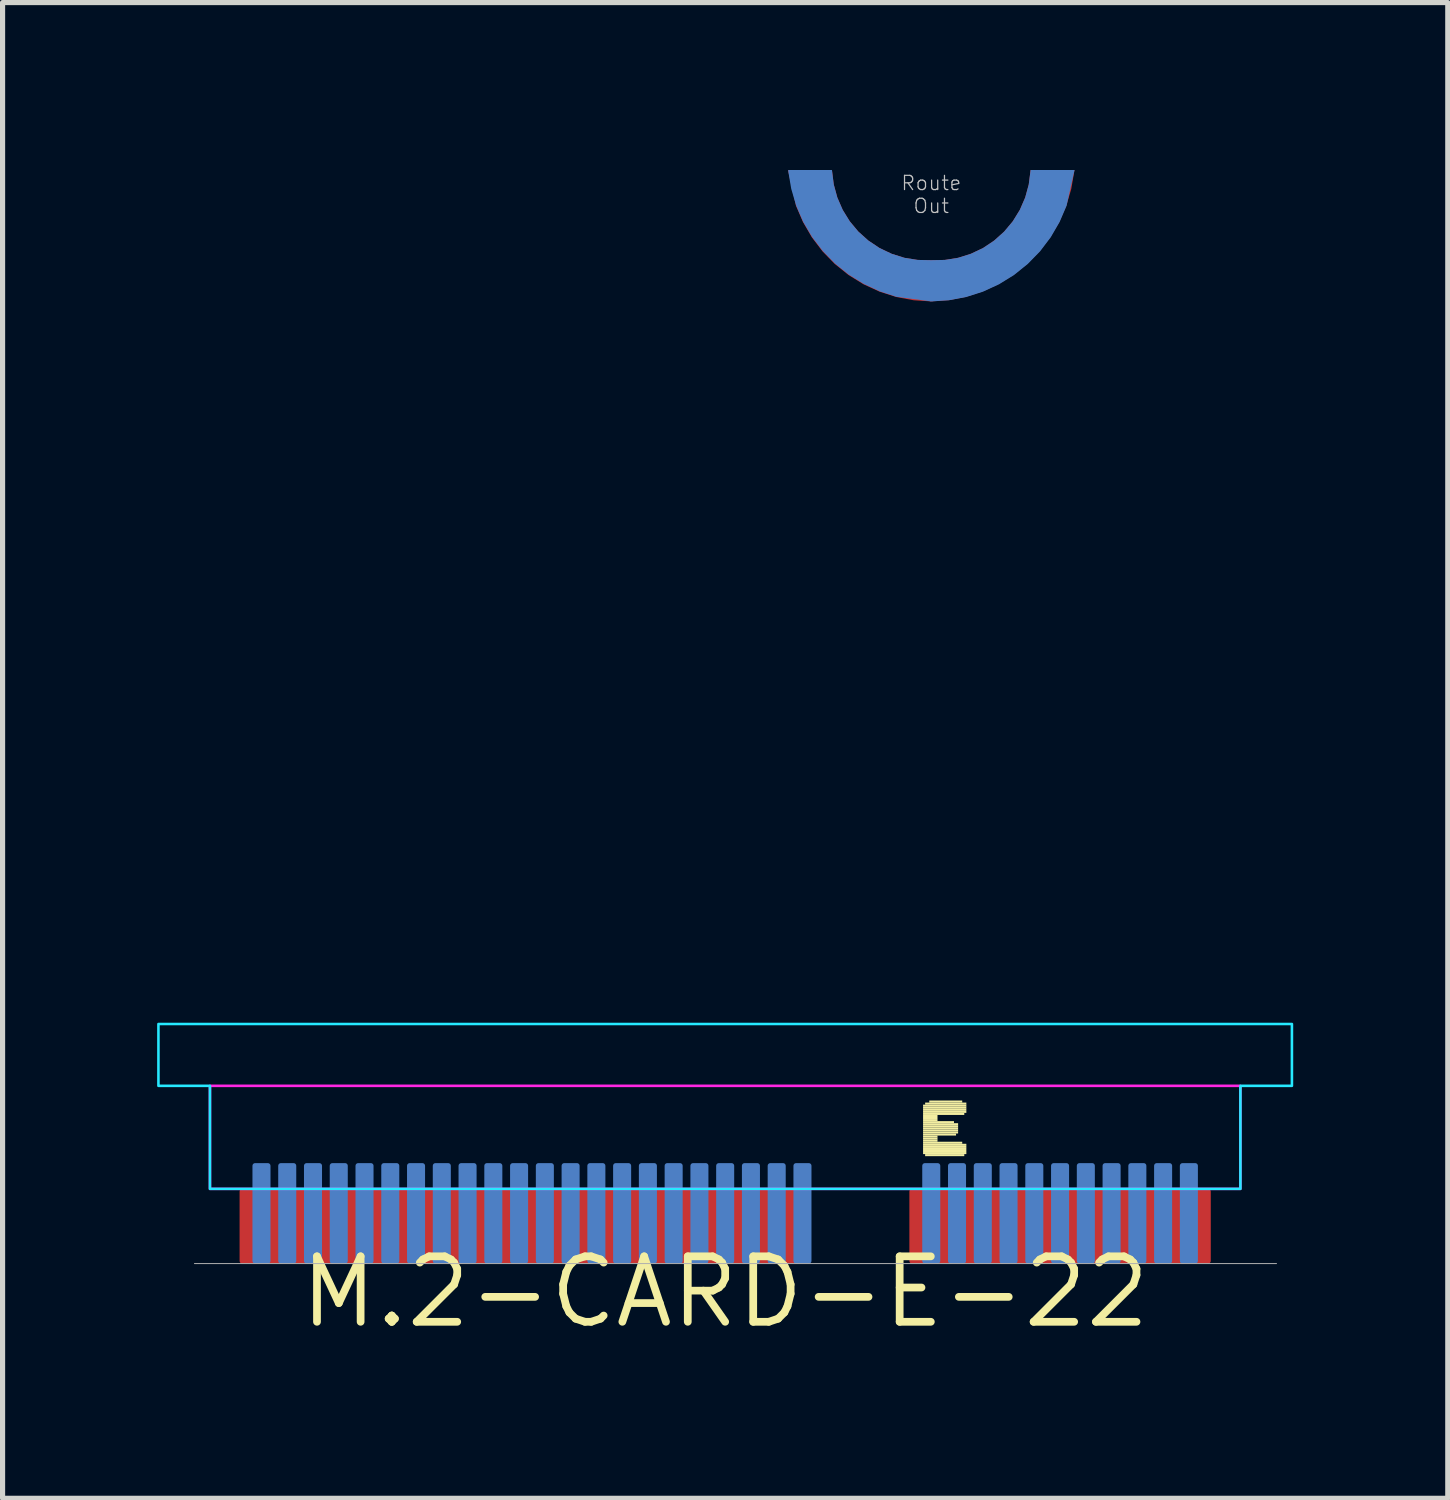
<source format=kicad_pcb>
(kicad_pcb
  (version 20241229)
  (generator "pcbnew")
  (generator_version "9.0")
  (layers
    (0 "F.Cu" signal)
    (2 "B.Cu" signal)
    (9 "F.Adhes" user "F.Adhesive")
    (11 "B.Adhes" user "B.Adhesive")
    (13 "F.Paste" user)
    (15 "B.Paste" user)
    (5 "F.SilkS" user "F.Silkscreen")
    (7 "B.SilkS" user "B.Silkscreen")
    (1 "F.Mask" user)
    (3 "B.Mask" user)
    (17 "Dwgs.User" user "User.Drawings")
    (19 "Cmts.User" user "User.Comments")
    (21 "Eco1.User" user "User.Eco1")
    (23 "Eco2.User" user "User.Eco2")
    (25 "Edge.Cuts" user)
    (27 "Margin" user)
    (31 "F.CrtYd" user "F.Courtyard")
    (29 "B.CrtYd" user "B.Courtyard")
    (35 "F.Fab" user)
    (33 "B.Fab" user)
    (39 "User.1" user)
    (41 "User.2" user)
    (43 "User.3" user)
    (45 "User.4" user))
  (footprint "M.2-CARD-E-22"
    (layer "F.Cu")
    (at 11.025 22.025)
    (property "Reference" "M.2-CARD-E-22" (at 0 0 0) (layer "F.SilkS") (effects (font (size 1.27 1.27) (thickness 0.15))))
    (attr dnp)
    (fp_poly (pts (xy 2.108 -21.493) (xy 2.177 -21.241) (xy 2.281 -21.002) (xy 2.418 -20.78) (xy 2.585 -20.58) (xy 2.779 -20.406) (xy 2.996 -20.261) (xy 3.232 -20.149) (xy 3.48 -20.071) (xy 3.738 -20.03) (xy 4 -20.025) (xy 4.262 -20.03) (xy 4.52 -20.071) (xy 4.768 -20.149) (xy 5.004 -20.261) (xy 5.221 -20.406) (xy 5.415 -20.58) (xy 5.582 -20.78) (xy 5.719 -21.002) (xy 5.823 -21.241) (xy 5.892 -21.493) (xy 5.928 -21.775) (xy 6.78 -21.775) (xy 6.718 -21.41) (xy 6.622 -21.083) (xy 6.486 -20.769) (xy 6.313 -20.474) (xy 6.106 -20.203) (xy 5.868 -19.958) (xy 5.602 -19.744) (xy 5.311 -19.564) (xy 5.001 -19.42) (xy 4.676 -19.314) (xy 4.341 -19.249) (xy 4 -19.225) (xy 3.658 -19.247) (xy 3.322 -19.31) (xy 2.996 -19.414) (xy 2.685 -19.557) (xy 2.394 -19.737) (xy 2.127 -19.952) (xy 1.888 -20.197) (xy 1.681 -20.47) (xy 1.509 -20.766) (xy 1.374 -21.081) (xy 1.219 -21.775) (xy 2.072 -21.775)) (stroke (width 0) (type default)) (fill yes) (layer "F.Cu"))
    (fp_poly (pts (xy 2.296 -21.73) (xy 2.36 -21.467) (xy 2.463 -21.217) (xy 2.605 -20.986) (xy 2.78 -20.78) (xy 2.986 -20.605) (xy 3.217 -20.463) (xy 3.466 -20.36) (xy 4.001 -20.275) (xy 4.27 -20.296) (xy 4.533 -20.36) (xy 4.783 -20.463) (xy 5.014 -20.605) (xy 5.22 -20.78) (xy 5.395 -20.986) (xy 5.537 -21.217) (xy 5.64 -21.466) (xy 5.729 -22.025) (xy 6.777 -22.025) (xy 6.755 -21.666) (xy 6.694 -21.336) (xy 6.595 -21.016) (xy 6.457 -20.71) (xy 6.284 -20.424) (xy 6.077 -20.16) (xy 5.84 -19.923) (xy 5.576 -19.716) (xy 5.29 -19.543) (xy 4.984 -19.405) (xy 4.664 -19.306) (xy 4.334 -19.245) (xy 4 -19.225) (xy 3.666 -19.245) (xy 3.336 -19.306) (xy 3.016 -19.405) (xy 2.71 -19.543) (xy 2.424 -19.716) (xy 2.16 -19.923) (xy 1.923 -20.16) (xy 1.716 -20.424) (xy 1.543 -20.71) (xy 1.405 -21.016) (xy 1.306 -21.336) (xy 1.245 -21.666) (xy 1.223 -22.025) (xy 2.273 -22.025)) (stroke (width 0) (type default)) (fill yes) (layer "F.Mask"))
    (fp_poly (pts (xy 2.108 -21.493) (xy 2.177 -21.241) (xy 2.281 -21.002) (xy 2.418 -20.78) (xy 2.585 -20.58) (xy 2.779 -20.406) (xy 2.996 -20.261) (xy 3.232 -20.149) (xy 3.48 -20.071) (xy 3.738 -20.03) (xy 4 -20.025) (xy 4.262 -20.03) (xy 4.52 -20.071) (xy 4.768 -20.149) (xy 5.004 -20.261) (xy 5.221 -20.406) (xy 5.415 -20.58) (xy 5.582 -20.78) (xy 5.719 -21.002) (xy 5.823 -21.241) (xy 5.892 -21.493) (xy 5.928 -21.775) (xy 6.781 -21.775) (xy 6.626 -21.081) (xy 6.491 -20.766) (xy 6.319 -20.47) (xy 6.112 -20.197) (xy 5.873 -19.952) (xy 5.606 -19.737) (xy 5.315 -19.557) (xy 5.004 -19.414) (xy 4.678 -19.31) (xy 4.342 -19.247) (xy 4.024 -19.226) (xy 4.023 -19.222) (xy 3.999 -19.225) (xy 3.976 -19.223) (xy 3.976 -19.228) (xy 3.324 -19.314) (xy 2.999 -19.42) (xy 2.689 -19.564) (xy 2.398 -19.744) (xy 2.132 -19.958) (xy 1.894 -20.203) (xy 1.687 -20.474) (xy 1.514 -20.769) (xy 1.378 -21.083) (xy 1.282 -21.41) (xy 1.225 -21.748) (xy 1.225 -21.775) (xy 2.072 -21.775)) (stroke (width 0) (type default)) (fill yes) (layer "B.Cu"))
    (fp_poly (pts (xy 2.36 -21.466) (xy 2.463 -21.217) (xy 2.605 -20.986) (xy 2.78 -20.78) (xy 2.986 -20.605) (xy 3.217 -20.463) (xy 3.467 -20.36) (xy 3.73 -20.296) (xy 3.999 -20.275) (xy 4.534 -20.36) (xy 4.783 -20.463) (xy 5.014 -20.605) (xy 5.22 -20.78) (xy 5.395 -20.986) (xy 5.537 -21.217) (xy 5.64 -21.467) (xy 5.704 -21.73) (xy 5.727 -22.025) (xy 6.777 -22.025) (xy 6.755 -21.666) (xy 6.694 -21.336) (xy 6.595 -21.016) (xy 6.457 -20.71) (xy 6.284 -20.424) (xy 6.077 -20.16) (xy 5.84 -19.923) (xy 5.576 -19.716) (xy 5.29 -19.543) (xy 4.984 -19.405) (xy 4.664 -19.306) (xy 4.334 -19.245) (xy 4 -19.225) (xy 3.666 -19.245) (xy 3.336 -19.306) (xy 3.016 -19.405) (xy 2.71 -19.543) (xy 2.424 -19.716) (xy 2.16 -19.923) (xy 1.923 -20.16) (xy 1.716 -20.424) (xy 1.543 -20.71) (xy 1.405 -21.016) (xy 1.306 -21.336) (xy 1.245 -21.666) (xy 1.223 -22.025) (xy 2.271 -22.025)) (stroke (width 0) (type default)) (fill yes) (layer "B.Mask"))
    (fp_poly (pts (xy 3.841 -3.595) (xy 4.681 -3.595) (xy 4.681 -3.635) (xy 3.841 -3.635)) (stroke (width 0) (type default)) (fill yes) (layer "F.SilkS"))
    (fp_poly (pts (xy 3.841 -3.555) (xy 4.681 -3.555) (xy 4.681 -3.595) (xy 3.841 -3.595)) (stroke (width 0) (type default)) (fill yes) (layer "F.SilkS"))
    (fp_poly (pts (xy 3.841 -3.515) (xy 4.681 -3.515) (xy 4.681 -3.555) (xy 3.841 -3.555)) (stroke (width 0) (type default)) (fill yes) (layer "F.SilkS"))
    (fp_poly (pts (xy 3.841 -3.475) (xy 4.681 -3.475) (xy 4.681 -3.515) (xy 3.841 -3.515)) (stroke (width 0) (type default)) (fill yes) (layer "F.SilkS"))
    (fp_poly (pts (xy 3.841 -3.435) (xy 4.641 -3.435) (xy 4.641 -3.475) (xy 3.841 -3.475)) (stroke (width 0) (type default)) (fill yes) (layer "F.SilkS"))
    (fp_poly (pts (xy 3.841 -3.395) (xy 4.121 -3.395) (xy 4.121 -3.435) (xy 3.841 -3.435)) (stroke (width 0) (type default)) (fill yes) (layer "F.SilkS"))
    (fp_poly (pts (xy 3.841 -3.355) (xy 4.121 -3.355) (xy 4.121 -3.395) (xy 3.841 -3.395)) (stroke (width 0) (type default)) (fill yes) (layer "F.SilkS"))
    (fp_poly (pts (xy 3.841 -3.315) (xy 4.121 -3.315) (xy 4.121 -3.355) (xy 3.841 -3.355)) (stroke (width 0) (type default)) (fill yes) (layer "F.SilkS"))
    (fp_poly (pts (xy 3.841 -3.275) (xy 4.441 -3.275) (xy 4.441 -3.315) (xy 3.841 -3.315)) (stroke (width 0) (type default)) (fill yes) (layer "F.SilkS"))
    (fp_poly (pts (xy 3.841 -3.235) (xy 4.521 -3.235) (xy 4.521 -3.275) (xy 3.841 -3.275)) (stroke (width 0) (type default)) (fill yes) (layer "F.SilkS"))
    (fp_poly (pts (xy 3.841 -3.195) (xy 4.521 -3.195) (xy 4.521 -3.235) (xy 3.841 -3.235)) (stroke (width 0) (type default)) (fill yes) (layer "F.SilkS"))
    (fp_poly (pts (xy 3.841 -3.155) (xy 4.521 -3.155) (xy 4.521 -3.195) (xy 3.841 -3.195)) (stroke (width 0) (type default)) (fill yes) (layer "F.SilkS"))
    (fp_poly (pts (xy 3.841 -3.115) (xy 4.521 -3.115) (xy 4.521 -3.155) (xy 3.841 -3.155)) (stroke (width 0) (type default)) (fill yes) (layer "F.SilkS"))
    (fp_poly (pts (xy 3.841 -3.075) (xy 4.521 -3.075) (xy 4.521 -3.115) (xy 3.841 -3.115)) (stroke (width 0) (type default)) (fill yes) (layer "F.SilkS"))
    (fp_poly (pts (xy 3.841 -3.035) (xy 4.481 -3.035) (xy 4.481 -3.075) (xy 3.841 -3.075)) (stroke (width 0) (type default)) (fill yes) (layer "F.SilkS"))
    (fp_poly (pts (xy 3.841 -2.995) (xy 4.121 -2.995) (xy 4.121 -3.035) (xy 3.841 -3.035)) (stroke (width 0) (type default)) (fill yes) (layer "F.SilkS"))
    (fp_poly (pts (xy 3.841 -2.955) (xy 4.121 -2.955) (xy 4.121 -2.995) (xy 3.841 -2.995)) (stroke (width 0) (type default)) (fill yes) (layer "F.SilkS"))
    (fp_poly (pts (xy 3.841 -2.915) (xy 4.121 -2.915) (xy 4.121 -2.955) (xy 3.841 -2.955)) (stroke (width 0) (type default)) (fill yes) (layer "F.SilkS"))
    (fp_poly (pts (xy 3.841 -2.875) (xy 4.601 -2.875) (xy 4.601 -2.915) (xy 3.841 -2.915)) (stroke (width 0) (type default)) (fill yes) (layer "F.SilkS"))
    (fp_poly (pts (xy 3.841 -2.835) (xy 4.681 -2.835) (xy 4.681 -2.875) (xy 3.841 -2.875)) (stroke (width 0) (type default)) (fill yes) (layer "F.SilkS"))
    (fp_poly (pts (xy 3.841 -2.795) (xy 4.681 -2.795) (xy 4.681 -2.835) (xy 3.841 -2.835)) (stroke (width 0) (type default)) (fill yes) (layer "F.SilkS"))
    (fp_poly (pts (xy 3.841 -2.755) (xy 4.681 -2.755) (xy 4.681 -2.795) (xy 3.841 -2.795)) (stroke (width 0) (type default)) (fill yes) (layer "F.SilkS"))
    (fp_poly (pts (xy 3.841 -2.715) (xy 4.681 -2.715) (xy 4.681 -2.755) (xy 3.841 -2.755)) (stroke (width 0) (type default)) (fill yes) (layer "F.SilkS"))
    (fp_poly (pts (xy 3.841 -2.675) (xy 4.681 -2.675) (xy 4.681 -2.715) (xy 3.841 -2.715)) (stroke (width 0) (type default)) (fill yes) (layer "F.SilkS"))
    (fp_poly (pts (xy 3.881 -3.635) (xy 4.681 -3.635) (xy 4.681 -3.675) (xy 3.881 -3.675)) (stroke (width 0) (type default)) (fill yes) (layer "F.SilkS"))
    (fp_poly (pts (xy 3.881 -2.635) (xy 4.641 -2.635) (xy 4.641 -2.675) (xy 3.881 -2.675)) (stroke (width 0) (type default)) (fill yes) (layer "F.SilkS"))
    (fp_poly (pts (xy 3.961 -3.675) (xy 4.601 -3.675) (xy 4.601 -3.715) (xy 3.961 -3.715)) (stroke (width 0) (type default)) (fill yes) (layer "F.SilkS"))
    (fp_poly (pts (xy -11 -5.2) (xy -11 -4) (xy -10 -4) (xy -10 -2) (xy 10 -2) (xy 10 -4) (xy 11 -4) (xy 11 -5.2)) (stroke (width 0.05) (type solid)) (fill no) (layer "B.CrtYd"))
    (fp_poly (pts (xy -10 -4) (xy -10 -2) (xy 10 -2) (xy 10 -4)) (stroke (width 0.05) (type solid)) (fill no) (layer "F.CrtYd"))
    (fp_line (start -10.3 -0.55) (end 10.7 -0.55) (stroke (width 0.02) (type solid)) (layer "F.Fab"))
    (fp_text user "Route\nOut" (at 4 -21.3 0) (layer "Dwgs.User") (effects (font (size 0.276 0.276) (thickness 0.024))))
    (pad "1" smd roundrect (at 9.25 -1.275 180) (size 0.35 1.45) (layers "F.Cu" "F.Mask") (roundrect_rratio 0.145))
    (pad "2" smd roundrect (at 9 -1.525) (size 0.35 1.95) (layers "B.Cu" "B.Mask") (roundrect_rratio 0.145))
    (pad "3" smd roundrect (at 8.75 -1.275 180) (size 0.35 1.45) (layers "F.Cu" "F.Mask") (roundrect_rratio 0.145))
    (pad "4" smd roundrect (at 8.5 -1.525) (size 0.35 1.95) (layers "B.Cu" "B.Mask") (roundrect_rratio 0.145))
    (pad "5" smd roundrect (at 8.25 -1.275 180) (size 0.35 1.45) (layers "F.Cu" "F.Mask") (roundrect_rratio 0.145))
    (pad "6" smd roundrect (at 8 -1.525) (size 0.35 1.95) (layers "B.Cu" "B.Mask") (roundrect_rratio 0.145))
    (pad "7" smd roundrect (at 7.75 -1.275 180) (size 0.35 1.45) (layers "F.Cu" "F.Mask") (roundrect_rratio 0.145))
    (pad "8" smd roundrect (at 7.5 -1.525) (size 0.35 1.95) (layers "B.Cu" "B.Mask") (roundrect_rratio 0.145))
    (pad "9" smd roundrect (at 7.25 -1.275 180) (size 0.35 1.45) (layers "F.Cu" "F.Mask") (roundrect_rratio 0.145))
    (pad "10" smd roundrect (at 7 -1.525) (size 0.35 1.95) (layers "B.Cu" "B.Mask") (roundrect_rratio 0.145))
    (pad "11" smd roundrect (at 6.75 -1.275 180) (size 0.35 1.45) (layers "F.Cu" "F.Mask") (roundrect_rratio 0.145))
    (pad "12" smd roundrect (at 6.5 -1.525) (size 0.35 1.95) (layers "B.Cu" "B.Mask") (roundrect_rratio 0.145))
    (pad "13" smd roundrect (at 6.25 -1.275 180) (size 0.35 1.45) (layers "F.Cu" "F.Mask") (roundrect_rratio 0.145))
    (pad "14" smd roundrect (at 6 -1.525) (size 0.35 1.95) (layers "B.Cu" "B.Mask") (roundrect_rratio 0.145))
    (pad "15" smd roundrect (at 5.75 -1.275 180) (size 0.35 1.45) (layers "F.Cu" "F.Mask") (roundrect_rratio 0.145))
    (pad "16" smd roundrect (at 5.5 -1.525) (size 0.35 1.95) (layers "B.Cu" "B.Mask") (roundrect_rratio 0.145))
    (pad "17" smd roundrect (at 5.25 -1.275 180) (size 0.35 1.45) (layers "F.Cu" "F.Mask") (roundrect_rratio 0.145))
    (pad "18" smd roundrect (at 5 -1.525) (size 0.35 1.95) (layers "B.Cu" "B.Mask") (roundrect_rratio 0.145))
    (pad "19" smd roundrect (at 4.75 -1.275 180) (size 0.35 1.45) (layers "F.Cu" "F.Mask") (roundrect_rratio 0.145))
    (pad "20" smd roundrect (at 4.5 -1.525) (size 0.35 1.95) (layers "B.Cu" "B.Mask") (roundrect_rratio 0.145))
    (pad "21" smd roundrect (at 4.25 -1.275 180) (size 0.35 1.45) (layers "F.Cu" "F.Mask") (roundrect_rratio 0.145))
    (pad "22" smd roundrect (at 4 -1.525) (size 0.35 1.95) (layers "B.Cu" "B.Mask") (roundrect_rratio 0.145))
    (pad "23" smd roundrect (at 3.75 -1.275 180) (size 0.35 1.45) (layers "F.Cu" "F.Mask") (roundrect_rratio 0.145))
    (pad "32" smd roundrect (at 1.5 -1.525) (size 0.35 1.95) (layers "B.Cu" "B.Mask") (roundrect_rratio 0.145))
    (pad "33" smd roundrect (at 1.25 -1.275 180) (size 0.35 1.45) (layers "F.Cu" "F.Mask") (roundrect_rratio 0.145))
    (pad "34" smd roundrect (at 1 -1.525) (size 0.35 1.95) (layers "B.Cu" "B.Mask") (roundrect_rratio 0.145))
    (pad "35" smd roundrect (at 0.75 -1.275 180) (size 0.35 1.45) (layers "F.Cu" "F.Mask") (roundrect_rratio 0.145))
    (pad "36" smd roundrect (at 0.5 -1.525) (size 0.35 1.95) (layers "B.Cu" "B.Mask") (roundrect_rratio 0.145))
    (pad "37" smd roundrect (at 0.25 -1.275 180) (size 0.35 1.45) (layers "F.Cu" "F.Mask") (roundrect_rratio 0.145))
    (pad "38" smd roundrect (at 0 -1.525) (size 0.35 1.95) (layers "B.Cu" "B.Mask") (roundrect_rratio 0.145))
    (pad "39" smd roundrect (at -0.25 -1.275 180) (size 0.35 1.45) (layers "F.Cu" "F.Mask") (roundrect_rratio 0.145))
    (pad "40" smd roundrect (at -0.5 -1.525) (size 0.35 1.95) (layers "B.Cu" "B.Mask") (roundrect_rratio 0.145))
    (pad "41" smd roundrect (at -0.75 -1.275 180) (size 0.35 1.45) (layers "F.Cu" "F.Mask") (roundrect_rratio 0.145))
    (pad "42" smd roundrect (at -1 -1.525) (size 0.35 1.95) (layers "B.Cu" "B.Mask") (roundrect_rratio 0.145))
    (pad "43" smd roundrect (at -1.25 -1.275 180) (size 0.35 1.45) (layers "F.Cu" "F.Mask") (roundrect_rratio 0.145))
    (pad "44" smd roundrect (at -1.5 -1.525) (size 0.35 1.95) (layers "B.Cu" "B.Mask") (roundrect_rratio 0.145))
    (pad "45" smd roundrect (at -1.75 -1.275 180) (size 0.35 1.45) (layers "F.Cu" "F.Mask") (roundrect_rratio 0.145))
    (pad "46" smd roundrect (at -2 -1.525) (size 0.35 1.95) (layers "B.Cu" "B.Mask") (roundrect_rratio 0.145))
    (pad "47" smd roundrect (at -2.25 -1.275 180) (size 0.35 1.45) (layers "F.Cu" "F.Mask") (roundrect_rratio 0.145))
    (pad "48" smd roundrect (at -2.5 -1.525) (size 0.35 1.95) (layers "B.Cu" "B.Mask") (roundrect_rratio 0.145))
    (pad "49" smd roundrect (at -2.75 -1.275 180) (size 0.35 1.45) (layers "F.Cu" "F.Mask") (roundrect_rratio 0.145))
    (pad "50" smd roundrect (at -3 -1.525) (size 0.35 1.95) (layers "B.Cu" "B.Mask") (roundrect_rratio 0.145))
    (pad "51" smd roundrect (at -3.25 -1.275 180) (size 0.35 1.45) (layers "F.Cu" "F.Mask") (roundrect_rratio 0.145))
    (pad "52" smd roundrect (at -3.5 -1.525) (size 0.35 1.95) (layers "B.Cu" "B.Mask") (roundrect_rratio 0.145))
    (pad "53" smd roundrect (at -3.75 -1.275 180) (size 0.35 1.45) (layers "F.Cu" "F.Mask") (roundrect_rratio 0.145))
    (pad "54" smd roundrect (at -4 -1.525) (size 0.35 1.95) (layers "B.Cu" "B.Mask") (roundrect_rratio 0.145))
    (pad "55" smd roundrect (at -4.25 -1.275 180) (size 0.35 1.45) (layers "F.Cu" "F.Mask") (roundrect_rratio 0.145))
    (pad "56" smd roundrect (at -4.5 -1.525) (size 0.35 1.95) (layers "B.Cu" "B.Mask") (roundrect_rratio 0.145))
    (pad "57" smd roundrect (at -4.75 -1.275 180) (size 0.35 1.45) (layers "F.Cu" "F.Mask") (roundrect_rratio 0.145))
    (pad "58" smd roundrect (at -5 -1.525) (size 0.35 1.95) (layers "B.Cu" "B.Mask") (roundrect_rratio 0.145))
    (pad "59" smd roundrect (at -5.25 -1.275 180) (size 0.35 1.45) (layers "F.Cu" "F.Mask") (roundrect_rratio 0.145))
    (pad "60" smd roundrect (at -5.5 -1.525) (size 0.35 1.95) (layers "B.Cu" "B.Mask") (roundrect_rratio 0.145))
    (pad "61" smd roundrect (at -5.75 -1.275 180) (size 0.35 1.45) (layers "F.Cu" "F.Mask") (roundrect_rratio 0.145))
    (pad "62" smd roundrect (at -6 -1.525) (size 0.35 1.95) (layers "B.Cu" "B.Mask") (roundrect_rratio 0.145))
    (pad "63" smd roundrect (at -6.25 -1.275 180) (size 0.35 1.45) (layers "F.Cu" "F.Mask") (roundrect_rratio 0.145))
    (pad "64" smd roundrect (at -6.5 -1.525) (size 0.35 1.95) (layers "B.Cu" "B.Mask") (roundrect_rratio 0.145))
    (pad "65" smd roundrect (at -6.75 -1.275 180) (size 0.35 1.45) (layers "F.Cu" "F.Mask") (roundrect_rratio 0.145))
    (pad "66" smd roundrect (at -7 -1.525) (size 0.35 1.95) (layers "B.Cu" "B.Mask") (roundrect_rratio 0.145))
    (pad "67" smd roundrect (at -7.25 -1.275 180) (size 0.35 1.45) (layers "F.Cu" "F.Mask") (roundrect_rratio 0.145))
    (pad "68" smd roundrect (at -7.5 -1.525) (size 0.35 1.95) (layers "B.Cu" "B.Mask") (roundrect_rratio 0.145))
    (pad "69" smd roundrect (at -7.75 -1.275 180) (size 0.35 1.45) (layers "F.Cu" "F.Mask") (roundrect_rratio 0.145))
    (pad "70" smd roundrect (at -8 -1.525) (size 0.35 1.95) (layers "B.Cu" "B.Mask") (roundrect_rratio 0.145))
    (pad "71" smd roundrect (at -8.25 -1.275 180) (size 0.35 1.45) (layers "F.Cu" "F.Mask") (roundrect_rratio 0.145))
    (pad "72" smd roundrect (at -8.5 -1.525) (size 0.35 1.95) (layers "B.Cu" "B.Mask") (roundrect_rratio 0.145))
    (pad "73" smd roundrect (at -8.75 -1.275 180) (size 0.35 1.45) (layers "F.Cu" "F.Mask") (roundrect_rratio 0.145))
    (pad "74" smd roundrect (at -9 -1.525) (size 0.35 1.95) (layers "B.Cu" "B.Mask") (roundrect_rratio 0.145))
    (pad "75" smd roundrect (at -9.25 -1.275 180) (size 0.35 1.45) (layers "F.Cu" "F.Mask") (roundrect_rratio 0.145)))
  (gr_rect
    (start -3 -3)
    (end 25.05 26.031)
    (stroke (width 0.1) (type default))
    (fill no)
    (layer "Edge.Cuts")))
</source>
